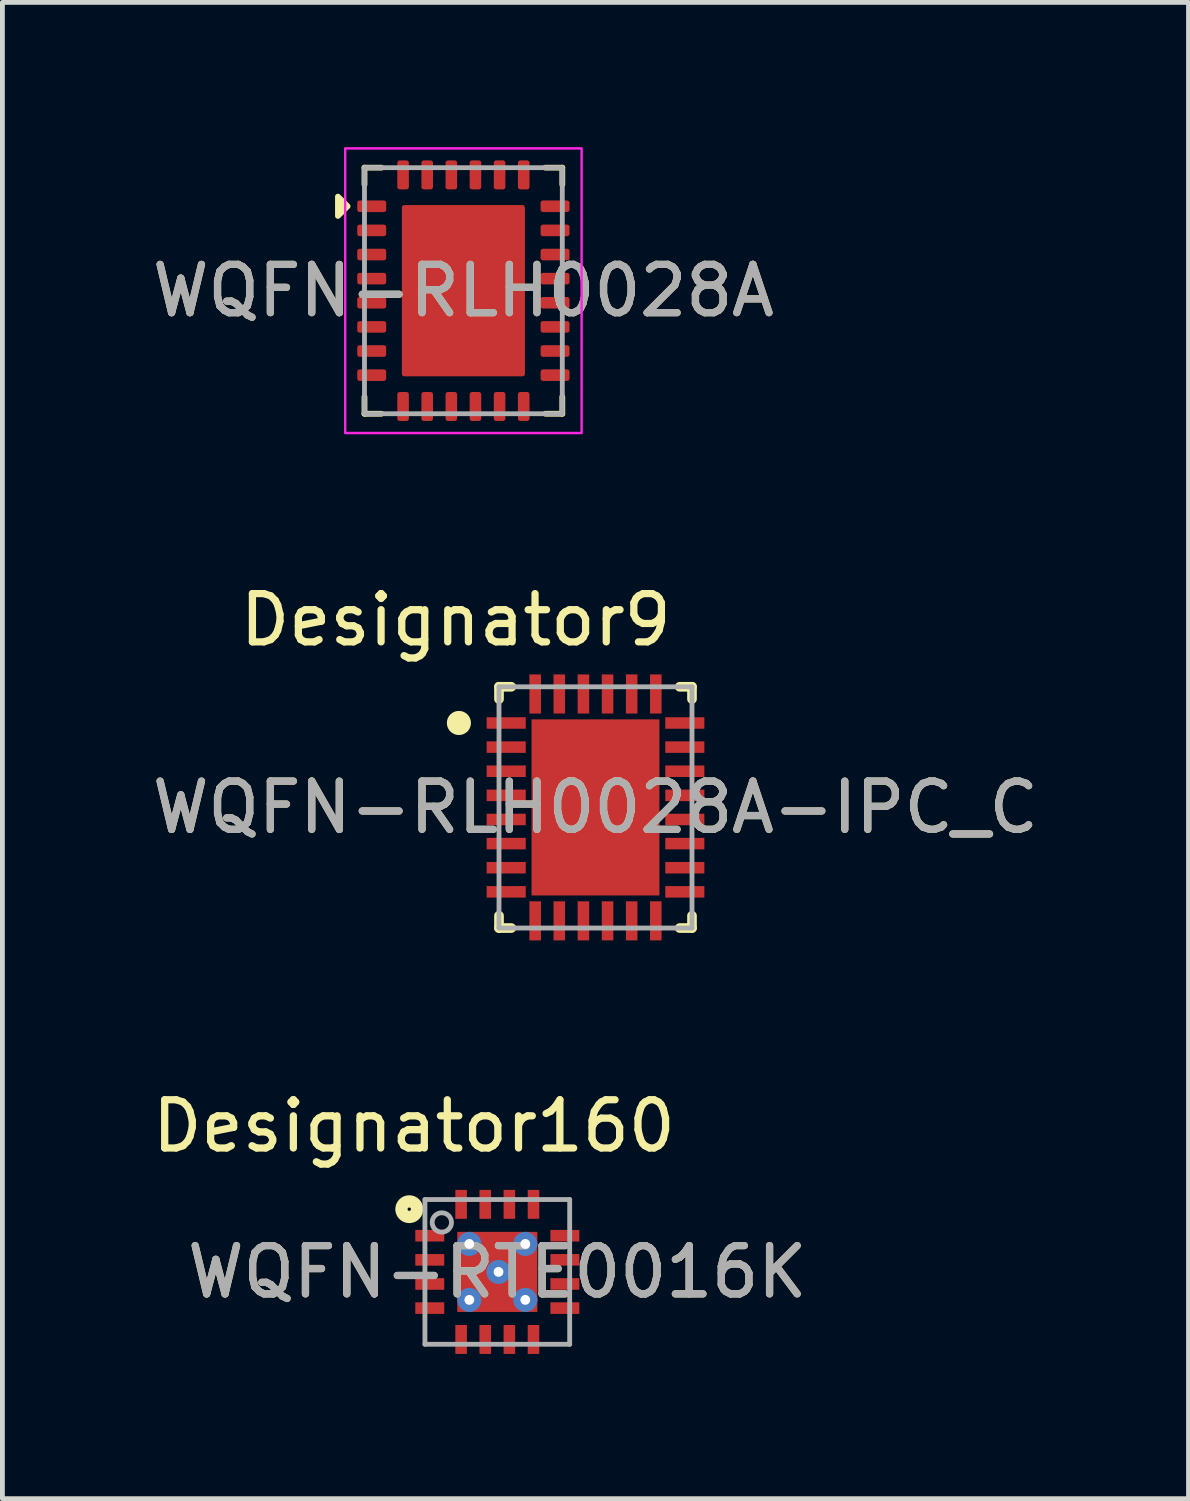
<source format=kicad_pcb>
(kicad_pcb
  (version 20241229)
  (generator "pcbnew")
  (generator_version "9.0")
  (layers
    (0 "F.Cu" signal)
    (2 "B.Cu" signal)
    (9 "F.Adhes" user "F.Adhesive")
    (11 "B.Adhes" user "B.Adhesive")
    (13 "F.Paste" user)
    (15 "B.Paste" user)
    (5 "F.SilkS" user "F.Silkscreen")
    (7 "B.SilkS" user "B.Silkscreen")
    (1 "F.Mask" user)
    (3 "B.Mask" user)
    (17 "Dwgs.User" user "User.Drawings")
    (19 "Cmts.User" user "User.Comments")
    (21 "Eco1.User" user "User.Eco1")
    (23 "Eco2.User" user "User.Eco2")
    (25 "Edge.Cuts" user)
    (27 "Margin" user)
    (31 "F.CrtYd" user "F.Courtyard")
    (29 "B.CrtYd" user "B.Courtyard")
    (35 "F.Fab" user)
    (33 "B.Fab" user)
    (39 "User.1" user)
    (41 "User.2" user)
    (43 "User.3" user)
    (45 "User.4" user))
  (footprint "WQFN-RLH0028A-IPC_C"
    (layer "F.Cu")
    (at 9.292 13.684)
    (property "Reference" "WQFN-RLH0028A-IPC_C" (at 0 0 0) (unlocked yes) (layer "F.SilkS") (effects (font (size 1 1) (thickness 0.15))))
    (attr smd)
    (fp_line (start -2 -2.5) (end -1.745 -2.5) (stroke (width 0.2) (type solid)) (layer "F.SilkS"))
    (fp_line (start -2 -2.245) (end -2 -2.5) (stroke (width 0.2) (type solid)) (layer "F.SilkS"))
    (fp_line (start -2 2.5) (end -2 2.245) (stroke (width 0.2) (type solid)) (layer "F.SilkS"))
    (fp_line (start -2 2.5) (end -1.745 2.5) (stroke (width 0.2) (type solid)) (layer "F.SilkS"))
    (fp_line (start 1.745 -2.5) (end 2 -2.5) (stroke (width 0.2) (type solid)) (layer "F.SilkS"))
    (fp_line (start 1.745 2.5) (end 2 2.5) (stroke (width 0.2) (type solid)) (layer "F.SilkS"))
    (fp_line (start 2 -2.245) (end 2 -2.5) (stroke (width 0.2) (type solid)) (layer "F.SilkS"))
    (fp_line (start 2 2.5) (end 2 2.245) (stroke (width 0.2) (type solid)) (layer "F.SilkS"))
    (fp_circle (center -2.831 -1.75) (end -2.706 -1.75) (stroke (width 0.25) (type solid)) (fill no) (layer "F.SilkS"))
    (fp_poly (pts (xy -0.765 1.265) (xy 0.765 1.265) (xy 0.765 -1.265) (xy -0.765 -1.265)) (stroke (width 0) (type solid)) (fill yes) (layer "F.Paste"))
    (fp_line (start -2 -2.5) (end 2 -2.5) (stroke (width 0.1) (type solid)) (layer "F.Fab"))
    (fp_line (start -2 2.5) (end -2 -2.5) (stroke (width 0.1) (type solid)) (layer "F.Fab"))
    (fp_line (start -2 2.5) (end 2 2.5) (stroke (width 0.1) (type solid)) (layer "F.Fab"))
    (fp_line (start 2 2.5) (end 2 -2.5) (stroke (width 0.1) (type solid)) (layer "F.Fab"))
    (fp_text user "Designator9" (at -2.896 -3.886 0) (unlocked yes) (layer "F.SilkS") (effects (font (size 1 1) (thickness 0.15))))
    (fp_text user "${REFERENCE}" (at 0 0 0) (unlocked yes) (layer "F.Fab") (effects (font (size 1 1) (thickness 0.15))))
    (pad "1" smd rect (at -1.851 -1.75 90) (size 0.239 0.81) (layers "F.Cu" "F.Mask" "F.Paste"))
    (pad "2" smd rect (at -1.851 -1.25 90) (size 0.239 0.81) (layers "F.Cu" "F.Mask" "F.Paste"))
    (pad "3" smd rect (at -1.851 -0.75 90) (size 0.239 0.81) (layers "F.Cu" "F.Mask" "F.Paste"))
    (pad "4" smd rect (at -1.851 -0.25 90) (size 0.239 0.81) (layers "F.Cu" "F.Mask" "F.Paste"))
    (pad "5" smd rect (at -1.851 0.25 90) (size 0.239 0.81) (layers "F.Cu" "F.Mask" "F.Paste"))
    (pad "6" smd rect (at -1.851 0.75 90) (size 0.239 0.81) (layers "F.Cu" "F.Mask" "F.Paste"))
    (pad "7" smd rect (at -1.851 1.25 90) (size 0.239 0.81) (layers "F.Cu" "F.Mask" "F.Paste"))
    (pad "8" smd rect (at -1.851 1.75 90) (size 0.239 0.81) (layers "F.Cu" "F.Mask" "F.Paste"))
    (pad "9" smd rect (at -1.25 2.351) (size 0.239 0.81) (layers "F.Cu" "F.Mask" "F.Paste"))
    (pad "10" smd rect (at -0.75 2.351) (size 0.239 0.81) (layers "F.Cu" "F.Mask" "F.Paste"))
    (pad "11" smd rect (at -0.25 2.351) (size 0.239 0.81) (layers "F.Cu" "F.Mask" "F.Paste"))
    (pad "12" smd rect (at 0.25 2.351) (size 0.239 0.81) (layers "F.Cu" "F.Mask" "F.Paste"))
    (pad "13" smd rect (at 0.75 2.351) (size 0.239 0.81) (layers "F.Cu" "F.Mask" "F.Paste"))
    (pad "14" smd rect (at 1.25 2.351) (size 0.239 0.81) (layers "F.Cu" "F.Mask" "F.Paste"))
    (pad "15" smd rect (at 1.851 1.75 90) (size 0.239 0.81) (layers "F.Cu" "F.Mask" "F.Paste"))
    (pad "16" smd rect (at 1.851 1.25 90) (size 0.239 0.81) (layers "F.Cu" "F.Mask" "F.Paste"))
    (pad "17" smd rect (at 1.851 0.75 90) (size 0.239 0.81) (layers "F.Cu" "F.Mask" "F.Paste"))
    (pad "18" smd rect (at 1.851 0.25 90) (size 0.239 0.81) (layers "F.Cu" "F.Mask" "F.Paste"))
    (pad "19" smd rect (at 1.851 -0.25 90) (size 0.239 0.81) (layers "F.Cu" "F.Mask" "F.Paste"))
    (pad "20" smd rect (at 1.851 -0.75 90) (size 0.239 0.81) (layers "F.Cu" "F.Mask" "F.Paste"))
    (pad "21" smd rect (at 1.851 -1.25 90) (size 0.239 0.81) (layers "F.Cu" "F.Mask" "F.Paste"))
    (pad "22" smd rect (at 1.851 -1.75 90) (size 0.239 0.81) (layers "F.Cu" "F.Mask" "F.Paste"))
    (pad "23" smd rect (at 1.25 -2.351) (size 0.239 0.81) (layers "F.Cu" "F.Mask" "F.Paste"))
    (pad "24" smd rect (at 0.75 -2.351) (size 0.239 0.81) (layers "F.Cu" "F.Mask" "F.Paste"))
    (pad "25" smd rect (at 0.25 -2.351) (size 0.239 0.81) (layers "F.Cu" "F.Mask" "F.Paste"))
    (pad "26" smd rect (at -0.25 -2.351) (size 0.239 0.81) (layers "F.Cu" "F.Mask" "F.Paste"))
    (pad "27" smd rect (at -0.75 -2.351) (size 0.239 0.81) (layers "F.Cu" "F.Mask" "F.Paste"))
    (pad "28" smd rect (at -1.25 -2.351) (size 0.239 0.81) (layers "F.Cu" "F.Mask" "F.Paste"))
    (pad "29" smd rect (at 0 0) (size 2.65 3.65) (layers "F.Cu" "F.Mask")))
  (footprint "WQFN-RTE0016K"
    (layer "F.Cu")
    (at 7.257 23.311)
    (property "Reference" "WQFN-RTE0016K" (at 0 0 0) (unlocked yes) (layer "F.SilkS") (effects (font (size 1 1) (thickness 0.15))))
    (attr smd)
    (fp_circle (center -1.825 -1.3) (end -1.79 -1.3) (stroke (width 0.254) (type solid)) (fill no) (layer "F.SilkS"))
    (fp_line (start -1.5 -1.5) (end 1.5 -1.5) (stroke (width 0.1) (type solid)) (layer "F.Fab"))
    (fp_line (start -1.5 1.5) (end -1.5 -1.5) (stroke (width 0.1) (type solid)) (layer "F.Fab"))
    (fp_line (start -1.5 1.5) (end 1.5 1.5) (stroke (width 0.1) (type solid)) (layer "F.Fab"))
    (fp_line (start 1.5 1.5) (end 1.5 -1.5) (stroke (width 0.1) (type solid)) (layer "F.Fab"))
    (fp_circle (center -1.15 -1.025) (end -0.95 -1.025) (stroke (width 0.1) (type solid)) (fill no) (layer "F.Fab"))
    (fp_text user "Designator160" (at -1.727 -3.023 0) (unlocked yes) (layer "F.SilkS") (effects (font (size 1 1) (thickness 0.15))))
    (fp_text user "${REFERENCE}" (at 0 0 0) (unlocked yes) (layer "F.Fab") (effects (font (size 1 1) (thickness 0.15))))
    (pad "1" smd rect (at -1.4 -0.75) (size 0.6 0.24) (layers "F.Cu" "F.Mask" "F.Paste"))
    (pad "2" smd rect (at -1.4 -0.25) (size 0.6 0.24) (layers "F.Cu" "F.Mask" "F.Paste"))
    (pad "3" smd rect (at -1.4 0.25) (size 0.6 0.24) (layers "F.Cu" "F.Mask" "F.Paste"))
    (pad "4" smd rect (at -1.4 0.75) (size 0.6 0.24) (layers "F.Cu" "F.Mask" "F.Paste"))
    (pad "5" smd rect (at -0.75 1.4 90) (size 0.6 0.24) (layers "F.Cu" "F.Mask" "F.Paste"))
    (pad "6" smd rect (at -0.25 1.4 90) (size 0.6 0.24) (layers "F.Cu" "F.Mask" "F.Paste"))
    (pad "7" smd rect (at 0.25 1.4 90) (size 0.6 0.24) (layers "F.Cu" "F.Mask" "F.Paste"))
    (pad "8" smd rect (at 0.75 1.4 90) (size 0.6 0.24) (layers "F.Cu" "F.Mask" "F.Paste"))
    (pad "9" smd rect (at 1.4 0.75) (size 0.6 0.24) (layers "F.Cu" "F.Mask" "F.Paste"))
    (pad "10" smd rect (at 1.4 0.25) (size 0.6 0.24) (layers "F.Cu" "F.Mask" "F.Paste"))
    (pad "11" smd rect (at 1.4 -0.25) (size 0.6 0.24) (layers "F.Cu" "F.Mask" "F.Paste"))
    (pad "12" smd rect (at 1.4 -0.75) (size 0.6 0.24) (layers "F.Cu" "F.Mask" "F.Paste"))
    (pad "13" smd rect (at 0.75 -1.4 90) (size 0.6 0.24) (layers "F.Cu" "F.Mask" "F.Paste"))
    (pad "14" smd rect (at 0.25 -1.4 90) (size 0.6 0.24) (layers "F.Cu" "F.Mask" "F.Paste"))
    (pad "15" smd rect (at -0.25 -1.4 90) (size 0.6 0.24) (layers "F.Cu" "F.Mask" "F.Paste"))
    (pad "16" smd rect (at -0.75 -1.4 90) (size 0.6 0.24) (layers "F.Cu" "F.Mask" "F.Paste"))
    (pad "17" smd rect (at 0 0) (size 1.66 1.66) (layers "F.Cu" "F.Mask" "F.Paste"))
    (pad "18" thru_hole circle (at 0.025 0) (size 0.5 0.5) (drill 0.203) (layers "*.Cu" "*.Mask"))
    (pad "19" thru_hole circle (at 0.58 0.58) (size 0.5 0.5) (drill 0.203) (layers "*.Cu" "*.Mask"))
    (pad "20" thru_hole circle (at -0.58 0.58) (size 0.5 0.5) (drill 0.203) (layers "*.Cu" "*.Mask"))
    (pad "21" thru_hole circle (at -0.58 -0.58) (size 0.5 0.5) (drill 0.203) (layers "*.Cu" "*.Mask"))
    (pad "22" thru_hole circle (at 0.58 -0.58) (size 0.5 0.5) (drill 0.203) (layers "*.Cu" "*.Mask")))
  (footprint "WQFN-RLH0028A"
    (layer "F.Cu")
    (at 6.554 2.975)
    (property "Reference" "WQFN-RLH0028A" (at 0 0 0) (unlocked yes) (layer "F.SilkS") (effects (font (size 1 1) (thickness 0.15))))
    (attr smd)
    (fp_line (start -2.05 -2.55) (end -1.7 -2.55) (stroke (width 0.12) (type solid)) (layer "F.SilkS"))
    (fp_line (start -2.05 -2.2) (end -2.05 -2.55) (stroke (width 0.12) (type solid)) (layer "F.SilkS"))
    (fp_line (start -2.05 2.55) (end -1.7 2.55) (stroke (width 0.12) (type solid)) (layer "F.SilkS"))
    (fp_line (start -2.05 2.55) (end -2.05 2.2) (stroke (width 0.12) (type solid)) (layer "F.SilkS"))
    (fp_line (start 1.7 -2.55) (end 2.05 -2.55) (stroke (width 0.12) (type solid)) (layer "F.SilkS"))
    (fp_line (start 1.7 2.55) (end 2.05 2.55) (stroke (width 0.12) (type solid)) (layer "F.SilkS"))
    (fp_line (start 2.05 -2.2) (end 2.05 -2.55) (stroke (width 0.12) (type solid)) (layer "F.SilkS"))
    (fp_line (start 2.05 2.55) (end 2.05 2.2) (stroke (width 0.12) (type solid)) (layer "F.SilkS"))
    (fp_poly (pts (xy -2.4 -1.75) (xy -2.6 -1.55) (xy -2.6 -1.95)) (stroke (width 0.12) (type solid)) (fill yes) (layer "F.SilkS"))
    (fp_poly (pts (xy -1.18 -1.73) (xy -0.15 -1.73) (xy -0.1 -1.68) (xy -0.1 -0.76) (xy -0.15 -0.71) (xy -1.18 -0.71) (xy -1.23 -0.76) (xy -1.23 -1.68)) (stroke (width 0) (type solid)) (fill yes) (layer "F.Paste"))
    (fp_poly (pts (xy -1.18 1.73) (xy -1.23 1.68) (xy -1.23 0.76) (xy -1.18 0.71) (xy -0.15 0.71) (xy -0.1 0.76) (xy -0.1 1.68) (xy -0.15 1.73)) (stroke (width 0) (type solid)) (fill yes) (layer "F.Paste"))
    (fp_poly (pts (xy -0.15 0.51) (xy -1.18 0.51) (xy -1.23 0.46) (xy -1.23 -0.46) (xy -1.18 -0.51) (xy -0.15 -0.51) (xy -0.1 -0.46) (xy -0.1 0.46)) (stroke (width 0) (type solid)) (fill yes) (layer "F.Paste"))
    (fp_poly (pts (xy 0.1 -1.68) (xy 0.15 -1.73) (xy 1.18 -1.73) (xy 1.23 -1.68) (xy 1.23 -0.76) (xy 1.18 -0.71) (xy 0.15 -0.71) (xy 0.1 -0.76)) (stroke (width 0) (type solid)) (fill yes) (layer "F.Paste"))
    (fp_poly (pts (xy 0.15 0.71) (xy 1.18 0.71) (xy 1.23 0.76) (xy 1.23 1.68) (xy 1.18 1.73) (xy 0.15 1.73) (xy 0.1 1.68) (xy 0.1 0.76)) (stroke (width 0) (type solid)) (fill yes) (layer "F.Paste"))
    (fp_poly (pts (xy 1.23 -0.46) (xy 1.23 0.46) (xy 1.18 0.51) (xy 0.15 0.51) (xy 0.1 0.46) (xy 0.1 -0.46) (xy 0.15 -0.51) (xy 1.18 -0.51)) (stroke (width 0) (type solid)) (fill yes) (layer "F.Paste"))
    (fp_rect (start -2.45 -2.95) (end 2.45 2.95) (stroke (width 0.05) (type default)) (fill no) (layer "F.CrtYd"))
    (fp_rect (start -2.05 -2.55) (end 2.05 2.55) (stroke (width 0.1) (type default)) (fill no) (layer "F.Fab"))
    (fp_text user "${REFERENCE}" (at 0 0 0) (unlocked yes) (layer "F.Fab") (effects (font (size 1 1) (thickness 0.15))))
    (pad "1" smd roundrect (at -1.9 -1.75 90) (size 0.24 0.6) (layers "F.Cu" "F.Mask" "F.Paste") (roundrect_rratio 0.208))
    (pad "2" smd roundrect (at -1.9 -1.25 90) (size 0.24 0.6) (layers "F.Cu" "F.Mask" "F.Paste") (roundrect_rratio 0.208))
    (pad "3" smd roundrect (at -1.9 -0.75 90) (size 0.24 0.6) (layers "F.Cu" "F.Mask" "F.Paste") (roundrect_rratio 0.208))
    (pad "4" smd roundrect (at -1.9 -0.25 90) (size 0.24 0.6) (layers "F.Cu" "F.Mask" "F.Paste") (roundrect_rratio 0.208))
    (pad "5" smd roundrect (at -1.9 0.25 90) (size 0.24 0.6) (layers "F.Cu" "F.Mask" "F.Paste") (roundrect_rratio 0.208))
    (pad "6" smd roundrect (at -1.9 0.75 90) (size 0.24 0.6) (layers "F.Cu" "F.Mask" "F.Paste") (roundrect_rratio 0.208))
    (pad "7" smd roundrect (at -1.9 1.25 90) (size 0.24 0.6) (layers "F.Cu" "F.Mask" "F.Paste") (roundrect_rratio 0.208))
    (pad "8" smd roundrect (at -1.9 1.75 90) (size 0.24 0.6) (layers "F.Cu" "F.Mask" "F.Paste") (roundrect_rratio 0.208))
    (pad "9" smd roundrect (at -1.25 2.4) (size 0.24 0.6) (layers "F.Cu" "F.Mask" "F.Paste") (roundrect_rratio 0.208))
    (pad "10" smd roundrect (at -0.75 2.4) (size 0.24 0.6) (layers "F.Cu" "F.Mask" "F.Paste") (roundrect_rratio 0.208))
    (pad "11" smd roundrect (at -0.25 2.4) (size 0.24 0.6) (layers "F.Cu" "F.Mask" "F.Paste") (roundrect_rratio 0.208))
    (pad "12" smd roundrect (at 0.25 2.4) (size 0.24 0.6) (layers "F.Cu" "F.Mask" "F.Paste") (roundrect_rratio 0.208))
    (pad "13" smd roundrect (at 0.75 2.4) (size 0.24 0.6) (layers "F.Cu" "F.Mask" "F.Paste") (roundrect_rratio 0.208))
    (pad "14" smd roundrect (at 1.25 2.4) (size 0.24 0.6) (layers "F.Cu" "F.Mask" "F.Paste") (roundrect_rratio 0.208))
    (pad "15" smd roundrect (at 1.9 1.75 90) (size 0.24 0.6) (layers "F.Cu" "F.Mask" "F.Paste") (roundrect_rratio 0.208))
    (pad "16" smd roundrect (at 1.9 1.25 90) (size 0.24 0.6) (layers "F.Cu" "F.Mask" "F.Paste") (roundrect_rratio 0.208))
    (pad "17" smd roundrect (at 1.9 0.75 90) (size 0.24 0.6) (layers "F.Cu" "F.Mask" "F.Paste") (roundrect_rratio 0.208))
    (pad "18" smd roundrect (at 1.9 0.25 90) (size 0.24 0.6) (layers "F.Cu" "F.Mask" "F.Paste") (roundrect_rratio 0.208))
    (pad "19" smd roundrect (at 1.9 -0.25 90) (size 0.24 0.6) (layers "F.Cu" "F.Mask" "F.Paste") (roundrect_rratio 0.208))
    (pad "20" smd roundrect (at 1.9 -0.75 90) (size 0.24 0.6) (layers "F.Cu" "F.Mask" "F.Paste") (roundrect_rratio 0.208))
    (pad "21" smd roundrect (at 1.9 -1.25 90) (size 0.24 0.6) (layers "F.Cu" "F.Mask" "F.Paste") (roundrect_rratio 0.208))
    (pad "22" smd roundrect (at 1.9 -1.75 90) (size 0.24 0.6) (layers "F.Cu" "F.Mask" "F.Paste") (roundrect_rratio 0.208))
    (pad "23" smd roundrect (at 1.25 -2.4) (size 0.24 0.6) (layers "F.Cu" "F.Mask" "F.Paste") (roundrect_rratio 0.208))
    (pad "24" smd roundrect (at 0.75 -2.4) (size 0.24 0.6) (layers "F.Cu" "F.Mask" "F.Paste") (roundrect_rratio 0.208))
    (pad "25" smd roundrect (at 0.25 -2.4) (size 0.24 0.6) (layers "F.Cu" "F.Mask" "F.Paste") (roundrect_rratio 0.208))
    (pad "26" smd roundrect (at -0.25 -2.4) (size 0.24 0.6) (layers "F.Cu" "F.Mask" "F.Paste") (roundrect_rratio 0.208))
    (pad "27" smd roundrect (at -0.75 -2.4) (size 0.24 0.6) (layers "F.Cu" "F.Mask" "F.Paste") (roundrect_rratio 0.208))
    (pad "28" smd roundrect (at -1.25 -2.4) (size 0.24 0.6) (layers "F.Cu" "F.Mask" "F.Paste") (roundrect_rratio 0.208))
    (pad "29" smd roundrect (at 0 0) (size 2.55 3.55) (layers "F.Cu" "F.Mask") (roundrect_rratio 0.02)))
  (gr_rect
    (start -3 -3)
    (end 21.583 28.011)
    (stroke (width 0.1) (type default))
    (fill no)
    (layer "Edge.Cuts")))
</source>
